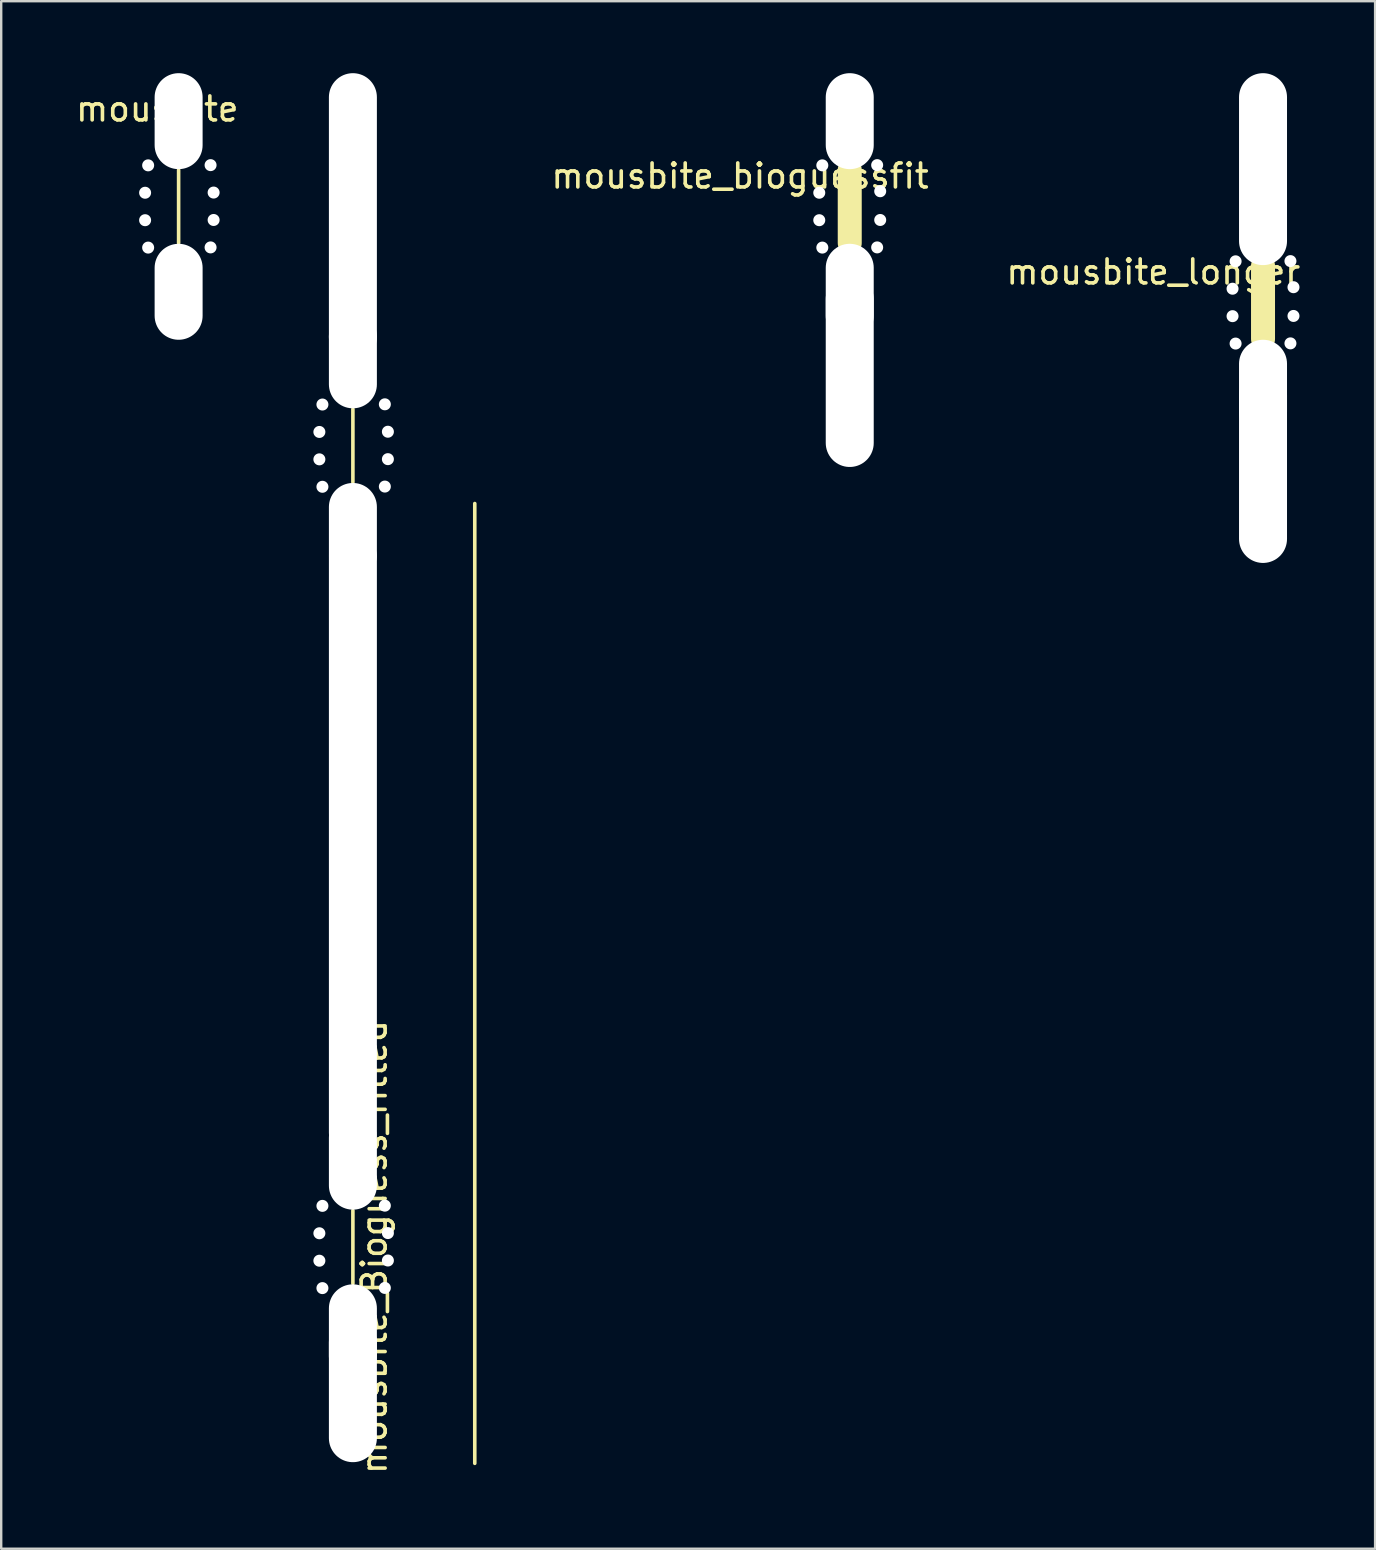
<source format=kicad_pcb>
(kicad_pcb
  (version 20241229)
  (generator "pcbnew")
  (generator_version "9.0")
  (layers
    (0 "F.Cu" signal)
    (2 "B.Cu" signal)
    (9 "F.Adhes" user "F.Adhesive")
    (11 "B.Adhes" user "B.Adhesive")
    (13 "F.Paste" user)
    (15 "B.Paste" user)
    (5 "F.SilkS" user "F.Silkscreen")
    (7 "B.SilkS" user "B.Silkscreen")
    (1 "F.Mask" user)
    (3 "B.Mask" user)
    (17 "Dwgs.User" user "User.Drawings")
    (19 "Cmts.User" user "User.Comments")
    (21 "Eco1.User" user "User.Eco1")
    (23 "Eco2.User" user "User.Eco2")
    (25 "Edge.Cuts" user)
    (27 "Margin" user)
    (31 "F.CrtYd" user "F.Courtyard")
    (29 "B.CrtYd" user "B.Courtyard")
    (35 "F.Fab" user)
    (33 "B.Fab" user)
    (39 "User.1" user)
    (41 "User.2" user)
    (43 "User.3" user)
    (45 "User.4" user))
  (footprint "mousbite"
    (layer "F.Cu")
    (at 3.379 5.556)
    (property "Reference" "mousbite" (at 0.127 -4.064 0) (layer "F.SilkS") (effects (font (size 1 1) (thickness 0.15))))
    (attr through_hole)
    (fp_line (start 1.016 -1.524) (end 1.016 1.524) (stroke (width 0.15) (type solid)) (layer "F.SilkS"))
    (pad "" np_thru_hole circle (at -0.381 -0.572) (size 0.5 0.5) (drill 0.5) (layers "*.Cu" "*.Mask"))
    (pad "" np_thru_hole circle (at -0.381 0.572) (size 0.5 0.5) (drill 0.5) (layers "*.Cu" "*.Mask"))
    (pad "" np_thru_hole circle (at -0.254 -1.714) (size 0.5 0.5) (drill 0.5) (layers "*.Cu" "*.Mask"))
    (pad "" np_thru_hole circle (at -0.254 1.714) (size 0.5 0.5) (drill 0.5) (layers "*.Cu" "*.Mask"))
    (pad "" np_thru_hole oval (at 1.016 -3.556) (size 2 4) (drill oval 2 4) (layers "*.Cu" "*.Mask"))
    (pad "" smd circle (at 1.016 -1.27) (size 3.3 3.3) (layers "*.Mask"))
    (pad "" smd rect (at 1.016 0) (size 3.3 2) (layers "*.Mask"))
    (pad "" smd circle (at 1.016 1.27) (size 3.3 3.3) (layers "*.Mask"))
    (pad "" np_thru_hole oval (at 1.016 3.556) (size 2 4) (drill oval 2 4) (layers "*.Cu" "*.Mask"))
    (pad "" np_thru_hole circle (at 2.348 -1.723 180) (size 0.5 0.5) (drill 0.5) (layers "*.Cu" "*.Mask"))
    (pad "" np_thru_hole circle (at 2.348 1.706 180) (size 0.5 0.5) (drill 0.5) (layers "*.Cu" "*.Mask"))
    (pad "" np_thru_hole circle (at 2.475 -0.58 180) (size 0.5 0.5) (drill 0.5) (layers "*.Cu" "*.Mask"))
    (pad "" np_thru_hole circle (at 2.475 0.563 180) (size 0.5 0.5) (drill 0.5) (layers "*.Cu" "*.Mask")))
  (footprint "mousbite_bioguessfit"
    (layer "F.Cu")
    (at 31.352 5.556)
    (property "Reference" "mousbite_bioguessfit" (at -3.556 -1.27 0) (layer "F.SilkS") (effects (font (size 1 1) (thickness 0.15))))
    (attr through_hole)
    (fp_line (start 1.016 -1.524) (end 1.016 1.524) (stroke (width 1) (type solid)) (layer "F.SilkS"))
    (pad "" np_thru_hole circle (at -0.254 -0.572) (size 0.5 0.5) (drill 0.5) (layers "*.Cu"))
    (pad "" np_thru_hole circle (at -0.254 0.572) (size 0.5 0.5) (drill 0.5) (layers "*.Cu"))
    (pad "" np_thru_hole circle (at -0.127 -1.714) (size 0.5 0.5) (drill 0.5) (layers "*.Cu"))
    (pad "" np_thru_hole circle (at -0.127 1.714) (size 0.5 0.5) (drill 0.5) (layers "*.Cu"))
    (pad "" np_thru_hole oval (at 1.016 -3.556) (size 2 4) (drill oval 2 4) (layers "*.Cu" "*.Mask"))
    (pad "" smd circle (at 1.016 -1.27) (size 2.5 2.5) (layers "*.Mask"))
    (pad "" smd rect (at 1.016 0) (size 2.5 2.5) (layers "*.Mask"))
    (pad "" smd circle (at 1.016 1.27) (size 2.5 2.5) (layers "*.Mask"))
    (pad "" np_thru_hole oval (at 1.016 3.556) (size 2 4) (drill oval 2 4) (layers "*.Cu" "*.Mask"))
    (pad "" np_thru_hole oval (at 1.016 6.858) (size 2 8) (drill oval 2 8) (layers "*.Cu" "*.Mask"))
    (pad "" np_thru_hole circle (at 2.159 -1.723 180) (size 0.5 0.5) (drill 0.5) (layers "*.Cu"))
    (pad "" np_thru_hole circle (at 2.159 1.706 180) (size 0.5 0.5) (drill 0.5) (layers "*.Cu"))
    (pad "" np_thru_hole circle (at 2.286 -0.635 180) (size 0.5 0.5) (drill 0.5) (layers "*.Cu"))
    (pad "" np_thru_hole circle (at 2.286 0.563 180) (size 0.5 0.5) (drill 0.5) (layers "*.Cu")))
  (footprint "mousbite_Bioguess_fitted"
    (layer "F.Cu")
    (at 10.643 48.926)
    (property "Reference" "mousbite_Bioguess_fitted" (at 1.905 0 90) (layer "F.SilkS") (effects (font (size 1 1) (thickness 0.15))))
    (attr through_hole)
    (fp_line (start 1.016 -34.925) (end 1.016 -31.877) (stroke (width 0.15) (type solid)) (layer "F.SilkS"))
    (fp_line (start 1.016 -1.524) (end 1.016 1.524) (stroke (width 0.15) (type solid)) (layer "F.SilkS"))
    (fp_line (start 6.096 9.017) (end 6.096 -30.988) (stroke (width 0.15) (type solid)) (layer "F.SilkS"))
    (pad "" np_thru_hole circle (at -0.381 -33.972) (size 0.5 0.5) (drill 0.5) (layers "*.Cu"))
    (pad "" np_thru_hole circle (at -0.381 -32.83) (size 0.5 0.5) (drill 0.5) (layers "*.Cu"))
    (pad "" np_thru_hole circle (at -0.381 -0.572) (size 0.5 0.5) (drill 0.5) (layers "*.Cu"))
    (pad "" np_thru_hole circle (at -0.381 0.572) (size 0.5 0.5) (drill 0.5) (layers "*.Cu"))
    (pad "" np_thru_hole circle (at -0.254 -35.115) (size 0.5 0.5) (drill 0.5) (layers "*.Cu"))
    (pad "" np_thru_hole circle (at -0.254 -31.686) (size 0.5 0.5) (drill 0.5) (layers "*.Cu"))
    (pad "" np_thru_hole circle (at -0.254 -1.714) (size 0.5 0.5) (drill 0.5) (layers "*.Cu"))
    (pad "" np_thru_hole circle (at -0.254 1.714) (size 0.5 0.5) (drill 0.5) (layers "*.Cu"))
    (pad "" np_thru_hole oval (at 1.016 -42.926) (size 2 12) (drill oval 2 12) (layers "*.Cu" "*.Mask"))
    (pad "" np_thru_hole oval (at 1.016 -36.957) (size 2 4) (drill oval 2 4) (layers "*.Cu" "*.Mask"))
    (pad "" smd rect (at 1.016 -33.401) (size 2 5) (layers "*.Mask"))
    (pad "" np_thru_hole oval (at 1.016 -29.845) (size 2 4) (drill oval 2 4) (layers "*.Cu" "*.Mask"))
    (pad "" np_thru_hole oval (at 1.016 -16.764) (size 2 26) (drill oval 2 26) (layers "*.Cu" "*.Mask"))
    (pad "" np_thru_hole oval (at 1.016 -3.556) (size 2 4) (drill oval 2 4) (layers "*.Cu" "*.Mask"))
    (pad "" smd rect (at 1.016 0) (size 2 5) (layers "*.Mask"))
    (pad "" np_thru_hole oval (at 1.016 3.556) (size 2 4) (drill oval 2 4) (layers "*.Cu" "*.Mask"))
    (pad "" np_thru_hole oval (at 1.016 5.969) (size 2 6) (drill oval 2 6) (layers "*.Cu" "*.Mask"))
    (pad "" np_thru_hole circle (at 2.348 -35.124 180) (size 0.5 0.5) (drill 0.5) (layers "*.Cu"))
    (pad "" np_thru_hole circle (at 2.348 -31.695 180) (size 0.5 0.5) (drill 0.5) (layers "*.Cu"))
    (pad "" np_thru_hole circle (at 2.348 -1.723 180) (size 0.5 0.5) (drill 0.5) (layers "*.Cu"))
    (pad "" np_thru_hole circle (at 2.348 1.706 180) (size 0.5 0.5) (drill 0.5) (layers "*.Cu"))
    (pad "" np_thru_hole circle (at 2.475 -33.981 180) (size 0.5 0.5) (drill 0.5) (layers "*.Cu"))
    (pad "" np_thru_hole circle (at 2.475 -32.838 180) (size 0.5 0.5) (drill 0.5) (layers "*.Cu"))
    (pad "" np_thru_hole circle (at 2.475 -0.58 180) (size 0.5 0.5) (drill 0.5) (layers "*.Cu"))
    (pad "" np_thru_hole circle (at 2.475 0.563 180) (size 0.5 0.5) (drill 0.5) (layers "*.Cu")))
  (footprint "mousbite_longer"
    (layer "F.Cu")
    (at 48.578 9.556)
    (property "Reference" "mousbite_longer" (at -3.556 -1.27 0) (layer "F.SilkS") (effects (font (size 1 1) (thickness 0.15))))
    (attr through_hole)
    (fp_line (start 1.016 -1.524) (end 1.016 1.524) (stroke (width 1) (type solid)) (layer "F.SilkS"))
    (pad "" np_thru_hole circle (at -0.254 -0.572) (size 0.5 0.5) (drill 0.5) (layers "*.Cu"))
    (pad "" np_thru_hole circle (at -0.254 0.572) (size 0.5 0.5) (drill 0.5) (layers "*.Cu"))
    (pad "" np_thru_hole circle (at -0.127 -1.714) (size 0.5 0.5) (drill 0.5) (layers "*.Cu"))
    (pad "" np_thru_hole circle (at -0.127 1.714) (size 0.5 0.5) (drill 0.5) (layers "*.Cu"))
    (pad "" np_thru_hole oval (at 1.016 -5.556) (size 2 8) (drill oval 2 8) (layers "*.Cu" "*.Mask"))
    (pad "" smd circle (at 1.016 -1.27) (size 2.5 2.5) (layers "*.Mask"))
    (pad "" smd rect (at 1.016 0) (size 2.5 2.5) (layers "*.Mask"))
    (pad "" smd circle (at 1.016 1.27) (size 2.5 2.5) (layers "*.Mask"))
    (pad "" np_thru_hole oval (at 1.016 3.556) (size 2 4) (drill oval 2 4) (layers "*.Cu" "*.Mask"))
    (pad "" np_thru_hole oval (at 1.016 6.858) (size 2 8) (drill oval 2 8) (layers "*.Cu" "*.Mask"))
    (pad "" np_thru_hole circle (at 2.159 -1.723 180) (size 0.5 0.5) (drill 0.5) (layers "*.Cu"))
    (pad "" np_thru_hole circle (at 2.159 1.706 180) (size 0.5 0.5) (drill 0.5) (layers "*.Cu"))
    (pad "" np_thru_hole circle (at 2.286 -0.635 180) (size 0.5 0.5) (drill 0.5) (layers "*.Cu"))
    (pad "" np_thru_hole circle (at 2.286 0.563 180) (size 0.5 0.5) (drill 0.5) (layers "*.Cu")))
  (gr_rect
    (start -3 -3)
    (end 54.266 61.503)
    (stroke (width 0.1) (type default))
    (fill no)
    (layer "Edge.Cuts")))
</source>
